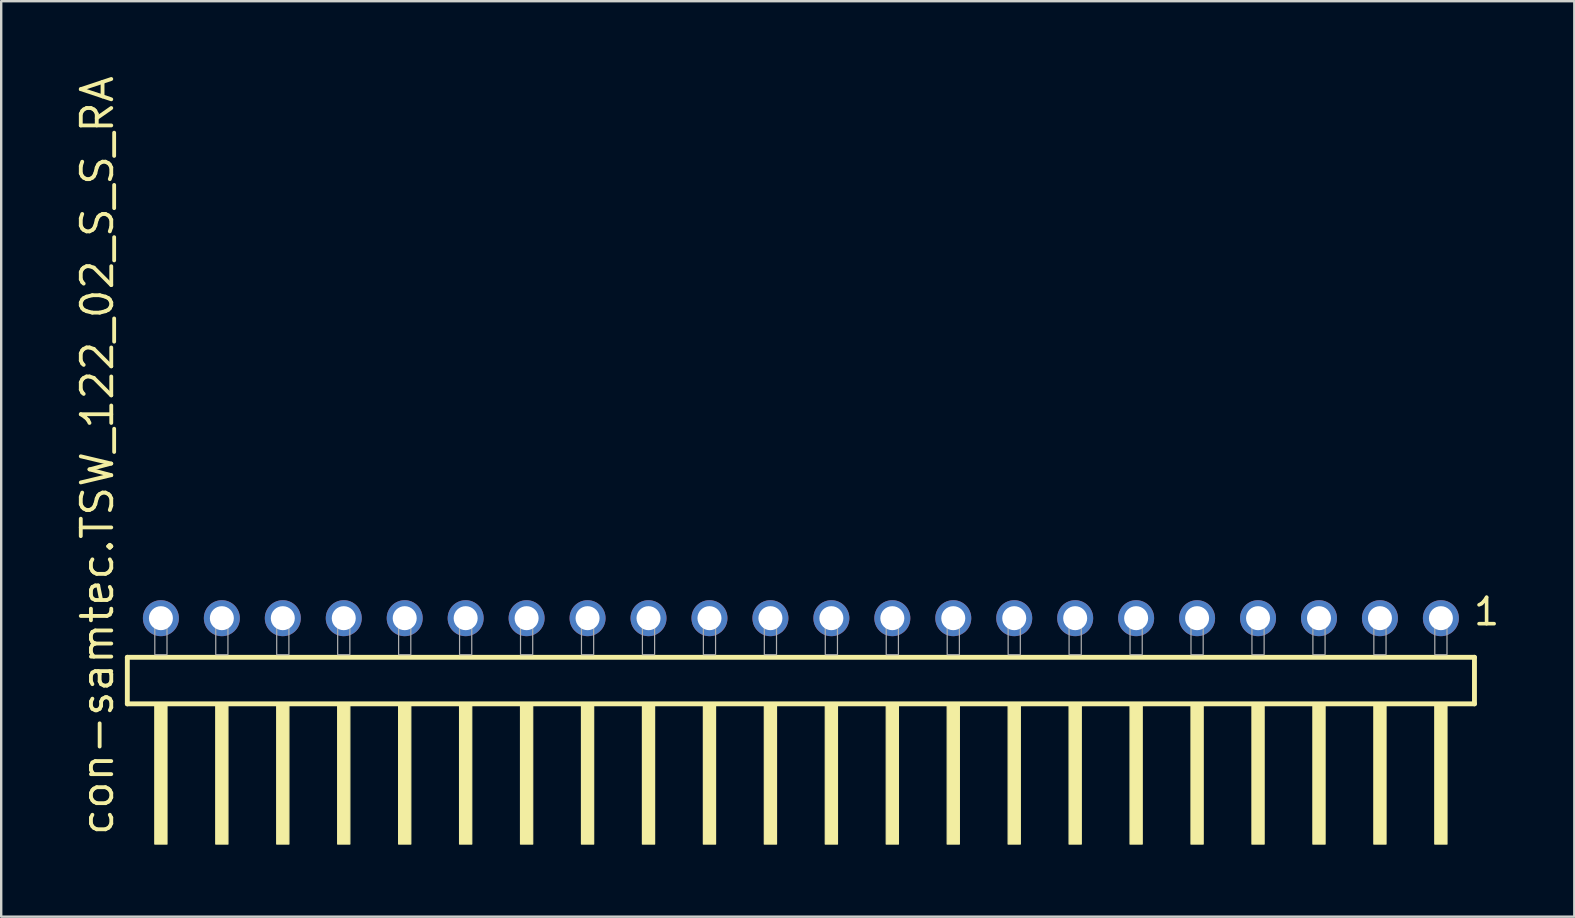
<source format=kicad_pcb>
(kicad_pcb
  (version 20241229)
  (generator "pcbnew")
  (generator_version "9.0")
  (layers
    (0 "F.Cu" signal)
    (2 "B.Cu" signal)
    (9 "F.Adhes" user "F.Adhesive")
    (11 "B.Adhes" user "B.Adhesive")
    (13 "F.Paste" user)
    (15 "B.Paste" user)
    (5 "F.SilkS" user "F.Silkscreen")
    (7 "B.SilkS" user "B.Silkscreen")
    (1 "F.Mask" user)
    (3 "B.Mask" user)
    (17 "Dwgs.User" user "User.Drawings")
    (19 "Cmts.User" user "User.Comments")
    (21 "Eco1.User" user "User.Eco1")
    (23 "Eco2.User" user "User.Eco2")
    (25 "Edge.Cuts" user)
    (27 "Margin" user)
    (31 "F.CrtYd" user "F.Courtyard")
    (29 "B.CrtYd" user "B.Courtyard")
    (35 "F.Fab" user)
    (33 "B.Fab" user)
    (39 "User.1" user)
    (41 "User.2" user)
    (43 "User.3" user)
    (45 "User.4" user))
  (footprint "con-samtec.TSW_122_02_S_S_RA"
    (layer "F.Cu")
    (at 30.325 24.235)
    (property "Reference" "con-samtec.TSW_122_02_S_S_RA" (at -28.575 7.62 90) (layer "F.SilkS") (effects (font (size 1.27 1.27) (thickness 0.16)) (justify left bottom)))
    (attr through_hole)
    (fp_line (start -28.069 0.106) (end -28.069 2.046) (stroke (width 0.203) (type default)) (layer "F.SilkS"))
    (fp_line (start -28.069 2.046) (end 28.069 2.046) (stroke (width 0.203) (type default)) (layer "F.SilkS"))
    (fp_line (start 28.069 0.106) (end -28.069 0.106) (stroke (width 0.203) (type default)) (layer "F.SilkS"))
    (fp_line (start 28.069 2.046) (end 28.069 0.106) (stroke (width 0.203) (type default)) (layer "F.SilkS"))
    (fp_rect (start -26.924 7.89) (end -26.416 2.04) (stroke (width 0.05) (type default)) (fill yes) (layer "F.SilkS"))
    (fp_rect (start -24.384 7.89) (end -23.876 2.04) (stroke (width 0.05) (type default)) (fill yes) (layer "F.SilkS"))
    (fp_rect (start -21.844 7.89) (end -21.336 2.04) (stroke (width 0.05) (type default)) (fill yes) (layer "F.SilkS"))
    (fp_rect (start -19.304 7.89) (end -18.796 2.04) (stroke (width 0.05) (type default)) (fill yes) (layer "F.SilkS"))
    (fp_rect (start -16.764 7.89) (end -16.256 2.04) (stroke (width 0.05) (type default)) (fill yes) (layer "F.SilkS"))
    (fp_rect (start -14.224 7.89) (end -13.716 2.04) (stroke (width 0.05) (type default)) (fill yes) (layer "F.SilkS"))
    (fp_rect (start -11.684 7.89) (end -11.176 2.04) (stroke (width 0.05) (type default)) (fill yes) (layer "F.SilkS"))
    (fp_rect (start -9.144 7.89) (end -8.636 2.04) (stroke (width 0.05) (type default)) (fill yes) (layer "F.SilkS"))
    (fp_rect (start -6.604 7.89) (end -6.096 2.04) (stroke (width 0.05) (type default)) (fill yes) (layer "F.SilkS"))
    (fp_rect (start -4.064 7.89) (end -3.556 2.04) (stroke (width 0.05) (type default)) (fill yes) (layer "F.SilkS"))
    (fp_rect (start -1.524 7.89) (end -1.016 2.04) (stroke (width 0.05) (type default)) (fill yes) (layer "F.SilkS"))
    (fp_rect (start 1.016 7.89) (end 1.524 2.04) (stroke (width 0.05) (type default)) (fill yes) (layer "F.SilkS"))
    (fp_rect (start 3.556 7.89) (end 4.064 2.04) (stroke (width 0.05) (type default)) (fill yes) (layer "F.SilkS"))
    (fp_rect (start 6.096 7.89) (end 6.604 2.04) (stroke (width 0.05) (type default)) (fill yes) (layer "F.SilkS"))
    (fp_rect (start 8.636 7.89) (end 9.144 2.04) (stroke (width 0.05) (type default)) (fill yes) (layer "F.SilkS"))
    (fp_rect (start 11.176 7.89) (end 11.684 2.04) (stroke (width 0.05) (type default)) (fill yes) (layer "F.SilkS"))
    (fp_rect (start 13.716 7.89) (end 14.224 2.04) (stroke (width 0.05) (type default)) (fill yes) (layer "F.SilkS"))
    (fp_rect (start 16.256 7.89) (end 16.764 2.04) (stroke (width 0.05) (type default)) (fill yes) (layer "F.SilkS"))
    (fp_rect (start 18.796 7.89) (end 19.304 2.04) (stroke (width 0.05) (type default)) (fill yes) (layer "F.SilkS"))
    (fp_rect (start 21.336 7.89) (end 21.844 2.04) (stroke (width 0.05) (type default)) (fill yes) (layer "F.SilkS"))
    (fp_rect (start 23.876 7.89) (end 24.384 2.04) (stroke (width 0.05) (type default)) (fill yes) (layer "F.SilkS"))
    (fp_rect (start 26.416 7.89) (end 26.924 2.04) (stroke (width 0.05) (type default)) (fill yes) (layer "F.SilkS"))
    (fp_rect (start -26.924 0) (end -26.416 -1.778) (stroke (width 0.05) (type default)) (fill no) (layer "F.Fab"))
    (fp_rect (start -24.384 0) (end -23.876 -1.778) (stroke (width 0.05) (type default)) (fill no) (layer "F.Fab"))
    (fp_rect (start -21.844 0) (end -21.336 -1.778) (stroke (width 0.05) (type default)) (fill no) (layer "F.Fab"))
    (fp_rect (start -19.304 0) (end -18.796 -1.778) (stroke (width 0.05) (type default)) (fill no) (layer "F.Fab"))
    (fp_rect (start -16.764 0) (end -16.256 -1.778) (stroke (width 0.05) (type default)) (fill no) (layer "F.Fab"))
    (fp_rect (start -14.224 0) (end -13.716 -1.778) (stroke (width 0.05) (type default)) (fill no) (layer "F.Fab"))
    (fp_rect (start -11.684 0) (end -11.176 -1.778) (stroke (width 0.05) (type default)) (fill no) (layer "F.Fab"))
    (fp_rect (start -9.144 0) (end -8.636 -1.778) (stroke (width 0.05) (type default)) (fill no) (layer "F.Fab"))
    (fp_rect (start -6.604 0) (end -6.096 -1.778) (stroke (width 0.05) (type default)) (fill no) (layer "F.Fab"))
    (fp_rect (start -4.064 0) (end -3.556 -1.778) (stroke (width 0.05) (type default)) (fill no) (layer "F.Fab"))
    (fp_rect (start -1.524 0) (end -1.016 -1.778) (stroke (width 0.05) (type default)) (fill no) (layer "F.Fab"))
    (fp_rect (start 1.016 0) (end 1.524 -1.778) (stroke (width 0.05) (type default)) (fill no) (layer "F.Fab"))
    (fp_rect (start 3.556 0) (end 4.064 -1.778) (stroke (width 0.05) (type default)) (fill no) (layer "F.Fab"))
    (fp_rect (start 6.096 0) (end 6.604 -1.778) (stroke (width 0.05) (type default)) (fill no) (layer "F.Fab"))
    (fp_rect (start 8.636 0) (end 9.144 -1.778) (stroke (width 0.05) (type default)) (fill no) (layer "F.Fab"))
    (fp_rect (start 11.176 0) (end 11.684 -1.778) (stroke (width 0.05) (type default)) (fill no) (layer "F.Fab"))
    (fp_rect (start 13.716 0) (end 14.224 -1.778) (stroke (width 0.05) (type default)) (fill no) (layer "F.Fab"))
    (fp_rect (start 16.256 0) (end 16.764 -1.778) (stroke (width 0.05) (type default)) (fill no) (layer "F.Fab"))
    (fp_rect (start 18.796 0) (end 19.304 -1.778) (stroke (width 0.05) (type default)) (fill no) (layer "F.Fab"))
    (fp_rect (start 21.336 0) (end 21.844 -1.778) (stroke (width 0.05) (type default)) (fill no) (layer "F.Fab"))
    (fp_rect (start 23.876 0) (end 24.384 -1.778) (stroke (width 0.05) (type default)) (fill no) (layer "F.Fab"))
    (fp_rect (start 26.416 0) (end 26.924 -1.778) (stroke (width 0.05) (type default)) (fill no) (layer "F.Fab"))
    (fp_text user "1" (at 27.952 -1.152 0) (layer "F.SilkS") (effects (font (size 1.1 1.1) (thickness 0.15)) (justify left bottom)))
    (pad "1" thru_hole circle (at 26.67 -1.524 180) (size 1.5 1.5) (drill 1) (layers "*.Cu" "*.Mask"))
    (pad "2" thru_hole circle (at 24.13 -1.524 180) (size 1.5 1.5) (drill 1) (layers "*.Cu" "*.Mask"))
    (pad "3" thru_hole circle (at 21.59 -1.524 180) (size 1.5 1.5) (drill 1) (layers "*.Cu" "*.Mask"))
    (pad "4" thru_hole circle (at 19.05 -1.524 180) (size 1.5 1.5) (drill 1) (layers "*.Cu" "*.Mask"))
    (pad "5" thru_hole circle (at 16.51 -1.524 180) (size 1.5 1.5) (drill 1) (layers "*.Cu" "*.Mask"))
    (pad "6" thru_hole circle (at 13.97 -1.524 180) (size 1.5 1.5) (drill 1) (layers "*.Cu" "*.Mask"))
    (pad "7" thru_hole circle (at 11.43 -1.524 180) (size 1.5 1.5) (drill 1) (layers "*.Cu" "*.Mask"))
    (pad "8" thru_hole circle (at 8.89 -1.524 180) (size 1.5 1.5) (drill 1) (layers "*.Cu" "*.Mask"))
    (pad "9" thru_hole circle (at 6.35 -1.524 180) (size 1.5 1.5) (drill 1) (layers "*.Cu" "*.Mask"))
    (pad "10" thru_hole circle (at 3.81 -1.524 180) (size 1.5 1.5) (drill 1) (layers "*.Cu" "*.Mask"))
    (pad "11" thru_hole circle (at 1.27 -1.524 180) (size 1.5 1.5) (drill 1) (layers "*.Cu" "*.Mask"))
    (pad "12" thru_hole circle (at -1.27 -1.524 180) (size 1.5 1.5) (drill 1) (layers "*.Cu" "*.Mask"))
    (pad "13" thru_hole circle (at -3.81 -1.524 180) (size 1.5 1.5) (drill 1) (layers "*.Cu" "*.Mask"))
    (pad "14" thru_hole circle (at -6.35 -1.524 180) (size 1.5 1.5) (drill 1) (layers "*.Cu" "*.Mask"))
    (pad "15" thru_hole circle (at -8.89 -1.524 180) (size 1.5 1.5) (drill 1) (layers "*.Cu" "*.Mask"))
    (pad "16" thru_hole circle (at -11.43 -1.524 180) (size 1.5 1.5) (drill 1) (layers "*.Cu" "*.Mask"))
    (pad "17" thru_hole circle (at -13.97 -1.524 180) (size 1.5 1.5) (drill 1) (layers "*.Cu" "*.Mask"))
    (pad "18" thru_hole circle (at -16.51 -1.524 180) (size 1.5 1.5) (drill 1) (layers "*.Cu" "*.Mask"))
    (pad "19" thru_hole circle (at -19.05 -1.524 180) (size 1.5 1.5) (drill 1) (layers "*.Cu" "*.Mask"))
    (pad "20" thru_hole circle (at -21.59 -1.524 180) (size 1.5 1.5) (drill 1) (layers "*.Cu" "*.Mask"))
    (pad "21" thru_hole circle (at -24.13 -1.524 180) (size 1.5 1.5) (drill 1) (layers "*.Cu" "*.Mask"))
    (pad "22" thru_hole circle (at -26.67 -1.524 180) (size 1.5 1.5) (drill 1) (layers "*.Cu" "*.Mask")))
  (gr_rect
    (start -3 -3)
    (end 62.555 35.15)
    (stroke (width 0.1) (type default))
    (fill no)
    (layer "Edge.Cuts")))
</source>
